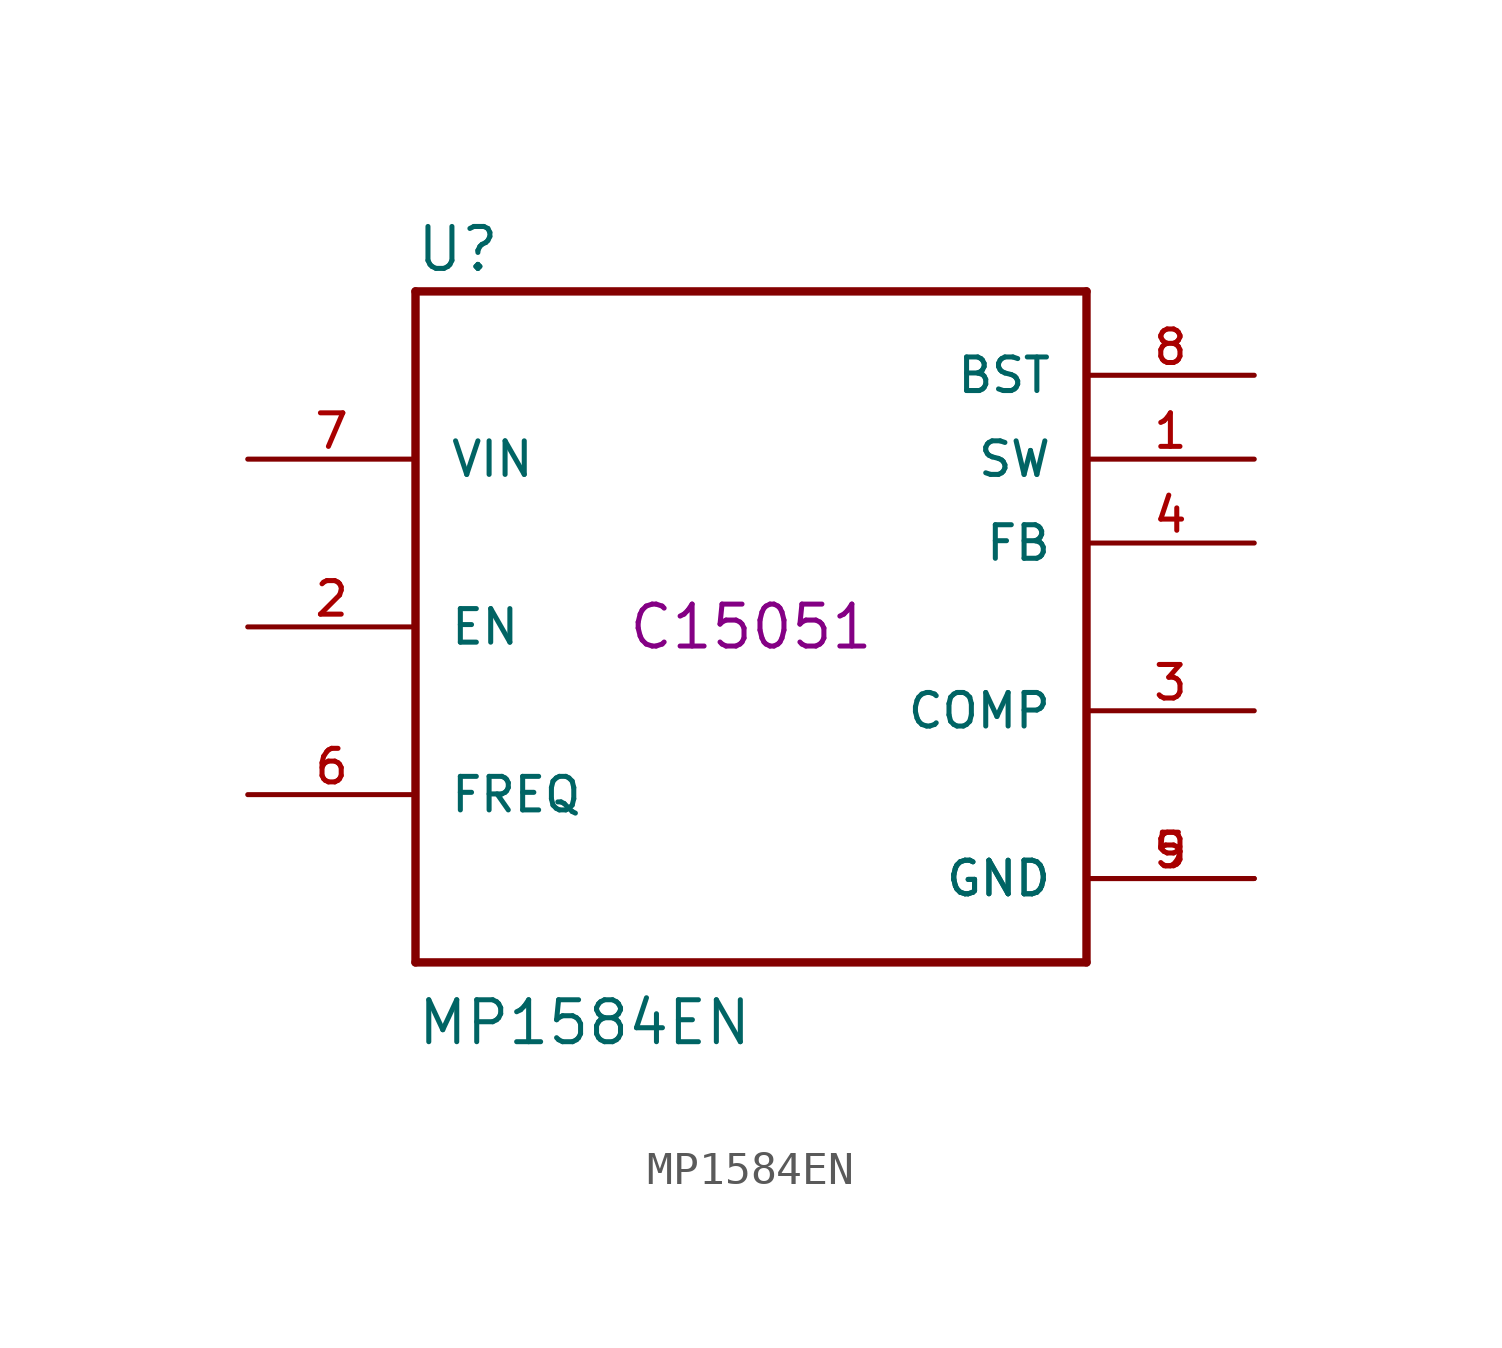
<source format=kicad_sym>
(kicad_symbol_lib
  (version 20231120)
  (generator "kicad_symbol_editor")
  (generator_version "8.0")
  (symbol "MP1584EN"
    (pin_names
      (offset 1.016))
    (property "Reference" "U"
      (at -10.185 10.693 0)
      (effects (font (size 1.27 1.27)) (justify left bottom)))
    (property "Value" "MP1584EN"
      (at -10.16 -12.725 0)
      (effects (font (size 1.27 1.27)) (justify left bottom)))
    (property "Description" "C15051"
      (at 0 0 0)
      (effects (font (size 1.27 1.27))))
    (symbol "MP1584EN_0_0"
      (polyline (pts (xy -10.16 -10.16) (xy -10.16 10.16)) (stroke (width 0.254) (type solid)) (fill (type none)))
      (polyline (pts (xy -10.16 10.16) (xy 10.16 10.16)) (stroke (width 0.254) (type solid)) (fill (type none)))
      (polyline (pts (xy 10.16 -10.16) (xy -10.16 -10.16)) (stroke (width 0.254) (type solid)) (fill (type none)))
      (polyline (pts (xy 10.16 10.16) (xy 10.16 -10.16)) (stroke (width 0.254) (type solid)) (fill (type none)))
      (pin output line (at 15.24 5.08 180) (length 5.08) (name "SW" (effects (font (size 1.016 1.016)))) (number "1" (effects (font (size 1.016 1.016)))))
      (pin input line (at -15.24 0 0) (length 5.08) (name "EN" (effects (font (size 1.016 1.016)))) (number "2" (effects (font (size 1.016 1.016)))))
      (pin output line (at 15.24 -2.54 180) (length 5.08) (name "COMP" (effects (font (size 1.016 1.016)))) (number "3" (effects (font (size 1.016 1.016)))))
      (pin input line (at 15.24 2.54 180) (length 5.08) (name "FB" (effects (font (size 1.016 1.016)))) (number "4" (effects (font (size 1.016 1.016)))))
      (pin power_in line (at 15.24 -7.62 180) (length 5.08) (name "GND" (effects (font (size 1.016 1.016)))) (number "5" (effects (font (size 1.016 1.016)))))
      (pin input line (at -15.24 -5.08 0) (length 5.08) (name "FREQ" (effects (font (size 1.016 1.016)))) (number "6" (effects (font (size 1.016 1.016)))))
      (pin input line (at -15.24 5.08 0) (length 5.08) (name "VIN" (effects (font (size 1.016 1.016)))) (number "7" (effects (font (size 1.016 1.016)))))
      (pin passive line (at 15.24 7.62 180) (length 5.08) (name "BST" (effects (font (size 1.016 1.016)))) (number "8" (effects (font (size 1.016 1.016)))))
      (pin power_in line (at 15.24 -7.62 180) (length 5.08) (name "GND" (effects (font (size 1.016 1.016)))) (number "9" (effects (font (size 1.016 1.016))))))))
</source>
